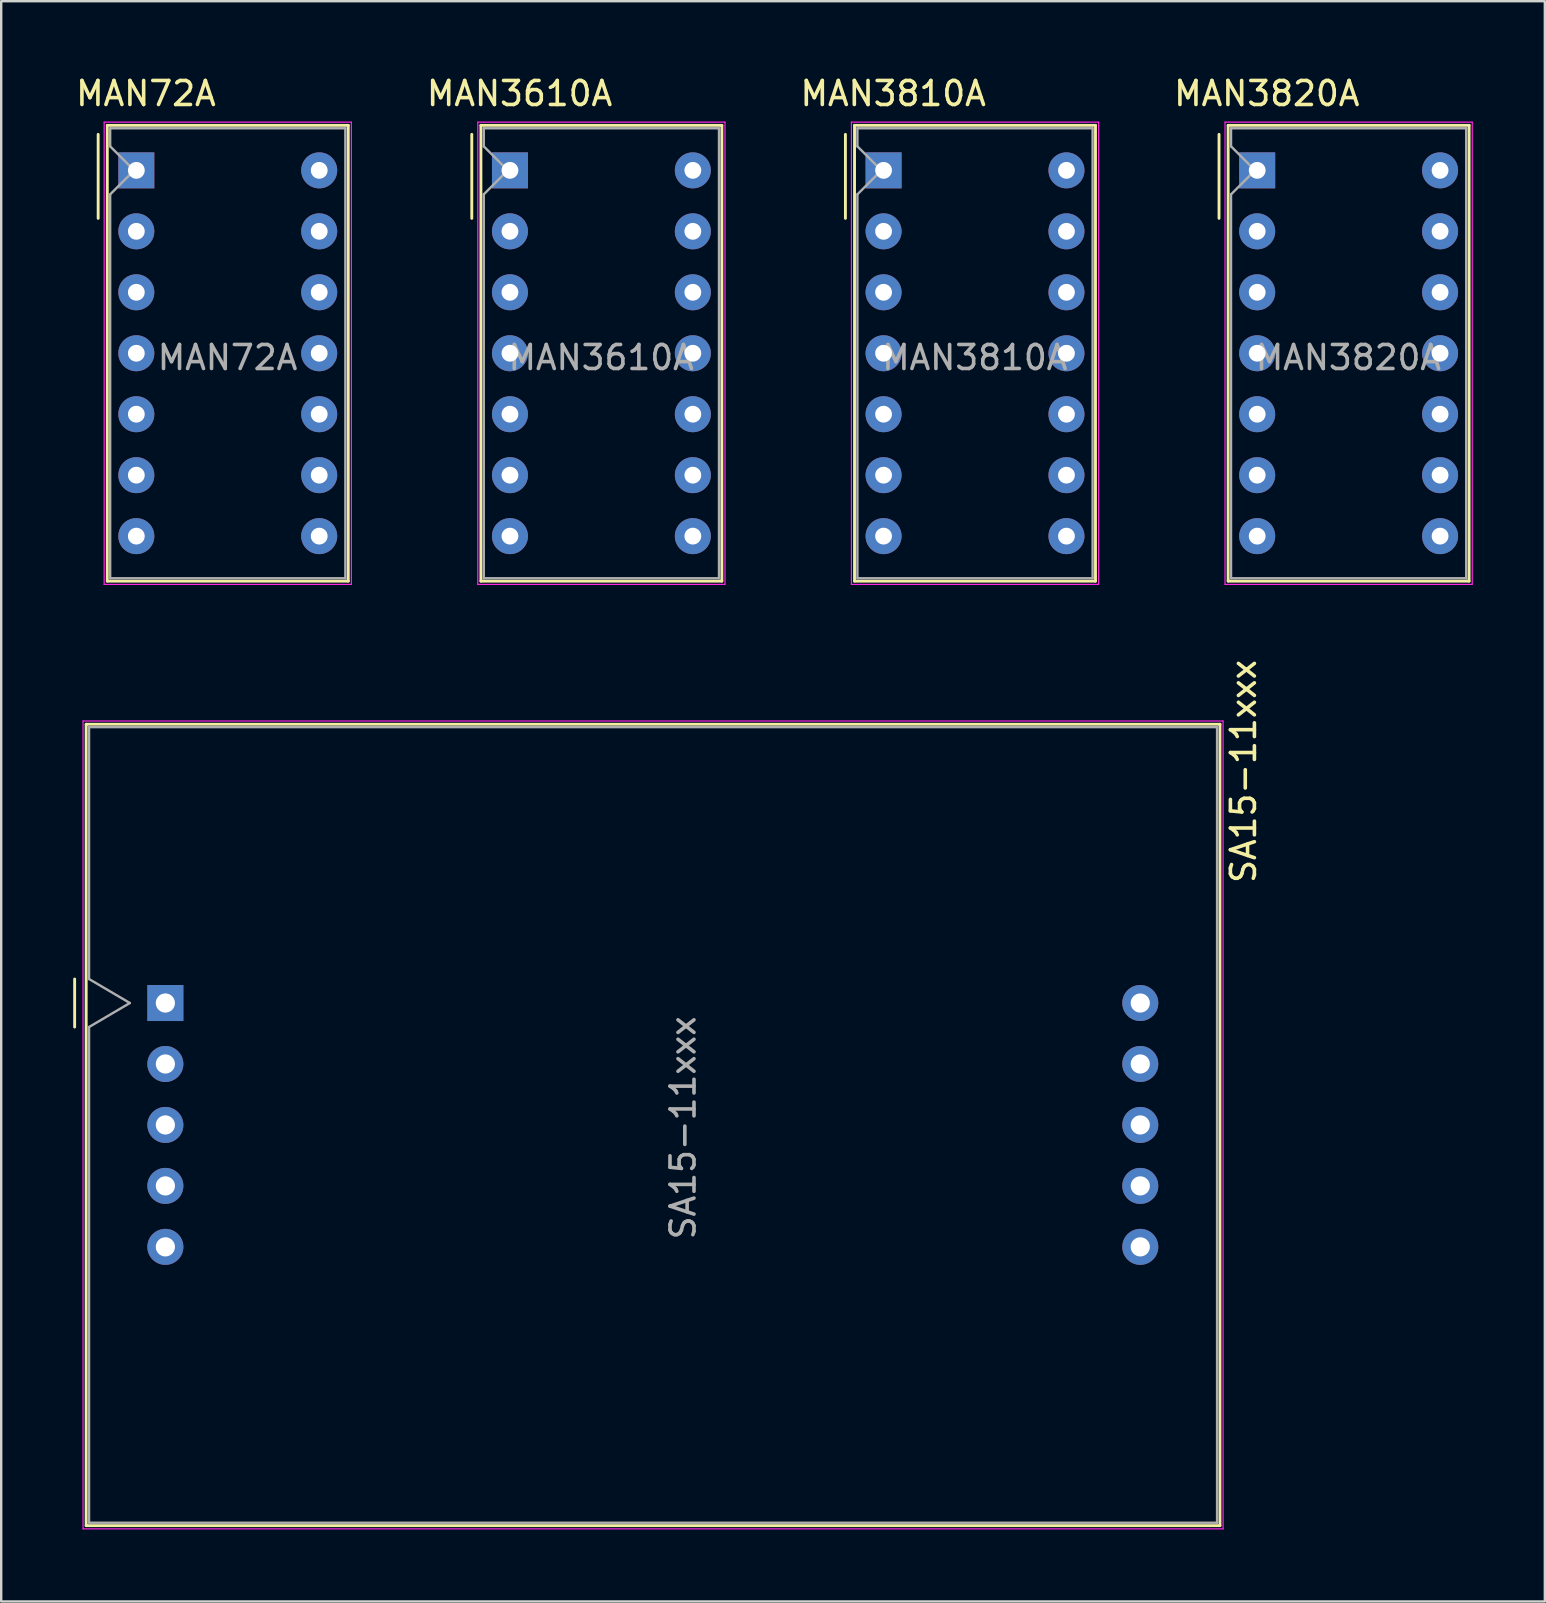
<source format=kicad_pcb>
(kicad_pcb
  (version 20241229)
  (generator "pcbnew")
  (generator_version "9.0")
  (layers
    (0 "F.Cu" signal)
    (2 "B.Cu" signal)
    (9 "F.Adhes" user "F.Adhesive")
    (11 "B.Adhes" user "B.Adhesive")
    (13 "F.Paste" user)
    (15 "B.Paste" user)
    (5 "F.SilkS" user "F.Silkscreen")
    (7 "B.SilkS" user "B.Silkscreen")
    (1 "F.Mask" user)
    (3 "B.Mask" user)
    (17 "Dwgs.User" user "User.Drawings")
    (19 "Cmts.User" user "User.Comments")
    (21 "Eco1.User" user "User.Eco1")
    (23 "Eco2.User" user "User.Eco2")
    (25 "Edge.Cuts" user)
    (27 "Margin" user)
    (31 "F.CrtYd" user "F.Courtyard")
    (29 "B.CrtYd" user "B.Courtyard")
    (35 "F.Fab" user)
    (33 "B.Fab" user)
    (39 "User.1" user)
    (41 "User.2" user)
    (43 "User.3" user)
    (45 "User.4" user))
  (footprint "MAN3810A"
    (layer "F.Cu")
    (at 33.764 4.048)
    (property "Reference" "MAN3810A" (at 0.4 -3.2 0) (layer "F.SilkS") (effects (font (size 1 1) (thickness 0.15))))
    (attr through_hole)
    (fp_line (start -1.59 -1.5) (end -1.59 2) (stroke (width 0.12) (type solid)) (layer "F.SilkS"))
    (fp_line (start -1.21 -1.875) (end 8.83 -1.875) (stroke (width 0.12) (type solid)) (layer "F.SilkS"))
    (fp_line (start -1.21 17.115) (end -1.21 -1.875) (stroke (width 0.12) (type solid)) (layer "F.SilkS"))
    (fp_line (start 8.83 -1.875) (end 8.83 17.115) (stroke (width 0.12) (type solid)) (layer "F.SilkS"))
    (fp_line (start 8.83 17.115) (end -1.21 17.115) (stroke (width 0.12) (type solid)) (layer "F.SilkS"))
    (fp_line (start -1.34 -2.01) (end 8.96 -2.01) (stroke (width 0.05) (type solid)) (layer "F.CrtYd"))
    (fp_line (start -1.34 17.25) (end -1.34 -2.01) (stroke (width 0.05) (type solid)) (layer "F.CrtYd"))
    (fp_line (start 8.96 -2.01) (end 8.96 17.25) (stroke (width 0.05) (type solid)) (layer "F.CrtYd"))
    (fp_line (start 8.96 17.25) (end -1.34 17.25) (stroke (width 0.05) (type solid)) (layer "F.CrtYd"))
    (fp_line (start -1.09 -1.755) (end 8.71 -1.755) (stroke (width 0.1) (type solid)) (layer "F.Fab"))
    (fp_line (start -1.09 -1) (end -1.09 -1.755) (stroke (width 0.1) (type solid)) (layer "F.Fab"))
    (fp_line (start -1.09 1) (end -0.09 0) (stroke (width 0.1) (type solid)) (layer "F.Fab"))
    (fp_line (start -1.09 16.995) (end -1.09 1) (stroke (width 0.1) (type solid)) (layer "F.Fab"))
    (fp_line (start -0.09 0) (end -1.09 -1) (stroke (width 0.1) (type solid)) (layer "F.Fab"))
    (fp_line (start 8.71 -1.755) (end 8.71 16.995) (stroke (width 0.1) (type solid)) (layer "F.Fab"))
    (fp_line (start 8.71 16.995) (end -1.09 16.995) (stroke (width 0.1) (type solid)) (layer "F.Fab"))
    (fp_text user "${REFERENCE}" (at 3.8 7.8 0) (layer "F.Fab") (effects (font (size 1 1) (thickness 0.15))))
    (pad "1" thru_hole rect (at 0 0) (size 1.5 1.5) (drill 0.7) (layers "*.Cu" "*.Mask"))
    (pad "2" thru_hole circle (at 0 2.54) (size 1.5 1.5) (drill 0.7) (layers "*.Cu" "*.Mask"))
    (pad "3" thru_hole circle (at 0 5.08) (size 1.5 1.5) (drill 0.7) (layers "*.Cu" "*.Mask"))
    (pad "4" thru_hole circle (at 0 7.62) (size 1.5 1.5) (drill 0.7) (layers "*.Cu" "*.Mask"))
    (pad "5" thru_hole circle (at 0 10.16) (size 1.5 1.5) (drill 0.7) (layers "*.Cu" "*.Mask"))
    (pad "6" thru_hole circle (at 0 12.7) (size 1.5 1.5) (drill 0.7) (layers "*.Cu" "*.Mask"))
    (pad "7" thru_hole circle (at 0 15.24) (size 1.5 1.5) (drill 0.7) (layers "*.Cu" "*.Mask"))
    (pad "8" thru_hole circle (at 7.62 15.24) (size 1.5 1.5) (drill 0.7) (layers "*.Cu" "*.Mask"))
    (pad "9" thru_hole circle (at 7.62 12.7) (size 1.5 1.5) (drill 0.7) (layers "*.Cu" "*.Mask"))
    (pad "10" thru_hole circle (at 7.62 10.16) (size 1.5 1.5) (drill 0.7) (layers "*.Cu" "*.Mask"))
    (pad "11" thru_hole circle (at 7.62 7.62) (size 1.5 1.5) (drill 0.7) (layers "*.Cu" "*.Mask"))
    (pad "12" thru_hole circle (at 7.62 5.08) (size 1.5 1.5) (drill 0.7) (layers "*.Cu" "*.Mask"))
    (pad "13" thru_hole circle (at 7.62 2.54) (size 1.5 1.5) (drill 0.7) (layers "*.Cu" "*.Mask"))
    (pad "14" thru_hole circle (at 7.62 0) (size 1.5 1.5) (drill 0.7) (layers "*.Cu" "*.Mask")))
  (footprint "MAN72A"
    (layer "F.Cu")
    (at 2.63 4.048)
    (property "Reference" "MAN72A" (at 0.4 -3.2 0) (layer "F.SilkS") (effects (font (size 1 1) (thickness 0.15))))
    (attr through_hole)
    (fp_line (start -1.59 -1.5) (end -1.59 2) (stroke (width 0.12) (type solid)) (layer "F.SilkS"))
    (fp_line (start -1.21 -1.875) (end 8.83 -1.875) (stroke (width 0.12) (type solid)) (layer "F.SilkS"))
    (fp_line (start -1.21 17.115) (end -1.21 -1.875) (stroke (width 0.12) (type solid)) (layer "F.SilkS"))
    (fp_line (start 8.83 -1.875) (end 8.83 17.115) (stroke (width 0.12) (type solid)) (layer "F.SilkS"))
    (fp_line (start 8.83 17.115) (end -1.21 17.115) (stroke (width 0.12) (type solid)) (layer "F.SilkS"))
    (fp_line (start -1.34 -2.01) (end 8.96 -2.01) (stroke (width 0.05) (type solid)) (layer "F.CrtYd"))
    (fp_line (start -1.34 17.25) (end -1.34 -2.01) (stroke (width 0.05) (type solid)) (layer "F.CrtYd"))
    (fp_line (start 8.96 -2.01) (end 8.96 17.25) (stroke (width 0.05) (type solid)) (layer "F.CrtYd"))
    (fp_line (start 8.96 17.25) (end -1.34 17.25) (stroke (width 0.05) (type solid)) (layer "F.CrtYd"))
    (fp_line (start -1.09 -1.755) (end 8.71 -1.755) (stroke (width 0.1) (type solid)) (layer "F.Fab"))
    (fp_line (start -1.09 -1) (end -1.09 -1.755) (stroke (width 0.1) (type solid)) (layer "F.Fab"))
    (fp_line (start -1.09 1) (end -0.09 0) (stroke (width 0.1) (type solid)) (layer "F.Fab"))
    (fp_line (start -1.09 16.995) (end -1.09 1) (stroke (width 0.1) (type solid)) (layer "F.Fab"))
    (fp_line (start -0.09 0) (end -1.09 -1) (stroke (width 0.1) (type solid)) (layer "F.Fab"))
    (fp_line (start 8.71 -1.755) (end 8.71 16.995) (stroke (width 0.1) (type solid)) (layer "F.Fab"))
    (fp_line (start 8.71 16.995) (end -1.09 16.995) (stroke (width 0.1) (type solid)) (layer "F.Fab"))
    (fp_text user "${REFERENCE}" (at 3.8 7.8 0) (layer "F.Fab") (effects (font (size 1 1) (thickness 0.15))))
    (pad "1" thru_hole rect (at 0 0) (size 1.5 1.5) (drill 0.7) (layers "*.Cu" "*.Mask"))
    (pad "2" thru_hole circle (at 0 2.54) (size 1.5 1.5) (drill 0.7) (layers "*.Cu" "*.Mask"))
    (pad "3" thru_hole circle (at 0 5.08) (size 1.5 1.5) (drill 0.7) (layers "*.Cu" "*.Mask"))
    (pad "4" thru_hole circle (at 0 7.62) (size 1.5 1.5) (drill 0.7) (layers "*.Cu" "*.Mask"))
    (pad "5" thru_hole circle (at 0 10.16) (size 1.5 1.5) (drill 0.7) (layers "*.Cu" "*.Mask"))
    (pad "6" thru_hole circle (at 0 12.7) (size 1.5 1.5) (drill 0.7) (layers "*.Cu" "*.Mask"))
    (pad "7" thru_hole circle (at 0 15.24) (size 1.5 1.5) (drill 0.7) (layers "*.Cu" "*.Mask"))
    (pad "8" thru_hole circle (at 7.62 15.24) (size 1.5 1.5) (drill 0.7) (layers "*.Cu" "*.Mask"))
    (pad "9" thru_hole circle (at 7.62 12.7) (size 1.5 1.5) (drill 0.7) (layers "*.Cu" "*.Mask"))
    (pad "10" thru_hole circle (at 7.62 10.16) (size 1.5 1.5) (drill 0.7) (layers "*.Cu" "*.Mask"))
    (pad "11" thru_hole circle (at 7.62 7.62) (size 1.5 1.5) (drill 0.7) (layers "*.Cu" "*.Mask"))
    (pad "12" thru_hole circle (at 7.62 5.08) (size 1.5 1.5) (drill 0.7) (layers "*.Cu" "*.Mask"))
    (pad "13" thru_hole circle (at 7.62 2.54) (size 1.5 1.5) (drill 0.7) (layers "*.Cu" "*.Mask"))
    (pad "14" thru_hole circle (at 7.62 0) (size 1.5 1.5) (drill 0.7) (layers "*.Cu" "*.Mask")))
  (footprint "MAN3820A"
    (layer "F.Cu")
    (at 49.331 4.048)
    (property "Reference" "MAN3820A" (at 0.4 -3.2 0) (layer "F.SilkS") (effects (font (size 1 1) (thickness 0.15))))
    (attr through_hole)
    (fp_line (start -1.59 -1.5) (end -1.59 2) (stroke (width 0.12) (type solid)) (layer "F.SilkS"))
    (fp_line (start -1.21 -1.875) (end 8.83 -1.875) (stroke (width 0.12) (type solid)) (layer "F.SilkS"))
    (fp_line (start -1.21 17.115) (end -1.21 -1.875) (stroke (width 0.12) (type solid)) (layer "F.SilkS"))
    (fp_line (start 8.83 -1.875) (end 8.83 17.115) (stroke (width 0.12) (type solid)) (layer "F.SilkS"))
    (fp_line (start 8.83 17.115) (end -1.21 17.115) (stroke (width 0.12) (type solid)) (layer "F.SilkS"))
    (fp_line (start -1.34 -2.01) (end 8.96 -2.01) (stroke (width 0.05) (type solid)) (layer "F.CrtYd"))
    (fp_line (start -1.34 17.25) (end -1.34 -2.01) (stroke (width 0.05) (type solid)) (layer "F.CrtYd"))
    (fp_line (start 8.96 -2.01) (end 8.96 17.25) (stroke (width 0.05) (type solid)) (layer "F.CrtYd"))
    (fp_line (start 8.96 17.25) (end -1.34 17.25) (stroke (width 0.05) (type solid)) (layer "F.CrtYd"))
    (fp_line (start -1.09 -1.755) (end 8.71 -1.755) (stroke (width 0.1) (type solid)) (layer "F.Fab"))
    (fp_line (start -1.09 -1) (end -1.09 -1.755) (stroke (width 0.1) (type solid)) (layer "F.Fab"))
    (fp_line (start -1.09 1) (end -0.09 0) (stroke (width 0.1) (type solid)) (layer "F.Fab"))
    (fp_line (start -1.09 16.995) (end -1.09 1) (stroke (width 0.1) (type solid)) (layer "F.Fab"))
    (fp_line (start -0.09 0) (end -1.09 -1) (stroke (width 0.1) (type solid)) (layer "F.Fab"))
    (fp_line (start 8.71 -1.755) (end 8.71 16.995) (stroke (width 0.1) (type solid)) (layer "F.Fab"))
    (fp_line (start 8.71 16.995) (end -1.09 16.995) (stroke (width 0.1) (type solid)) (layer "F.Fab"))
    (fp_text user "${REFERENCE}" (at 3.8 7.8 0) (layer "F.Fab") (effects (font (size 1 1) (thickness 0.15))))
    (pad "1" thru_hole rect (at 0 0) (size 1.5 1.5) (drill 0.7) (layers "*.Cu" "*.Mask"))
    (pad "2" thru_hole circle (at 0 2.54) (size 1.5 1.5) (drill 0.7) (layers "*.Cu" "*.Mask"))
    (pad "3" thru_hole circle (at 0 5.08) (size 1.5 1.5) (drill 0.7) (layers "*.Cu" "*.Mask"))
    (pad "4" thru_hole circle (at 0 7.62) (size 1.5 1.5) (drill 0.7) (layers "*.Cu" "*.Mask"))
    (pad "5" thru_hole circle (at 0 10.16) (size 1.5 1.5) (drill 0.7) (layers "*.Cu" "*.Mask"))
    (pad "6" thru_hole circle (at 0 12.7) (size 1.5 1.5) (drill 0.7) (layers "*.Cu" "*.Mask"))
    (pad "7" thru_hole circle (at 0 15.24) (size 1.5 1.5) (drill 0.7) (layers "*.Cu" "*.Mask"))
    (pad "8" thru_hole circle (at 7.62 15.24) (size 1.5 1.5) (drill 0.7) (layers "*.Cu" "*.Mask"))
    (pad "9" thru_hole circle (at 7.62 12.7) (size 1.5 1.5) (drill 0.7) (layers "*.Cu" "*.Mask"))
    (pad "10" thru_hole circle (at 7.62 10.16) (size 1.5 1.5) (drill 0.7) (layers "*.Cu" "*.Mask"))
    (pad "11" thru_hole circle (at 7.62 7.62) (size 1.5 1.5) (drill 0.7) (layers "*.Cu" "*.Mask"))
    (pad "12" thru_hole circle (at 7.62 5.08) (size 1.5 1.5) (drill 0.7) (layers "*.Cu" "*.Mask"))
    (pad "13" thru_hole circle (at 7.62 2.54) (size 1.5 1.5) (drill 0.7) (layers "*.Cu" "*.Mask"))
    (pad "14" thru_hole circle (at 7.62 0) (size 1.5 1.5) (drill 0.7) (layers "*.Cu" "*.Mask")))
  (footprint "MAN3610A"
    (layer "F.Cu")
    (at 18.197 4.048)
    (property "Reference" "MAN3610A" (at 0.4 -3.2 0) (layer "F.SilkS") (effects (font (size 1 1) (thickness 0.15))))
    (attr through_hole)
    (fp_line (start -1.59 -1.5) (end -1.59 2) (stroke (width 0.12) (type solid)) (layer "F.SilkS"))
    (fp_line (start -1.21 -1.875) (end 8.83 -1.875) (stroke (width 0.12) (type solid)) (layer "F.SilkS"))
    (fp_line (start -1.21 17.115) (end -1.21 -1.875) (stroke (width 0.12) (type solid)) (layer "F.SilkS"))
    (fp_line (start 8.83 -1.875) (end 8.83 17.115) (stroke (width 0.12) (type solid)) (layer "F.SilkS"))
    (fp_line (start 8.83 17.115) (end -1.21 17.115) (stroke (width 0.12) (type solid)) (layer "F.SilkS"))
    (fp_line (start -1.34 -2.01) (end 8.96 -2.01) (stroke (width 0.05) (type solid)) (layer "F.CrtYd"))
    (fp_line (start -1.34 17.25) (end -1.34 -2.01) (stroke (width 0.05) (type solid)) (layer "F.CrtYd"))
    (fp_line (start 8.96 -2.01) (end 8.96 17.25) (stroke (width 0.05) (type solid)) (layer "F.CrtYd"))
    (fp_line (start 8.96 17.25) (end -1.34 17.25) (stroke (width 0.05) (type solid)) (layer "F.CrtYd"))
    (fp_line (start -1.09 -1.755) (end 8.71 -1.755) (stroke (width 0.1) (type solid)) (layer "F.Fab"))
    (fp_line (start -1.09 -1) (end -1.09 -1.755) (stroke (width 0.1) (type solid)) (layer "F.Fab"))
    (fp_line (start -1.09 1) (end -0.09 0) (stroke (width 0.1) (type solid)) (layer "F.Fab"))
    (fp_line (start -1.09 16.995) (end -1.09 1) (stroke (width 0.1) (type solid)) (layer "F.Fab"))
    (fp_line (start -0.09 0) (end -1.09 -1) (stroke (width 0.1) (type solid)) (layer "F.Fab"))
    (fp_line (start 8.71 -1.755) (end 8.71 16.995) (stroke (width 0.1) (type solid)) (layer "F.Fab"))
    (fp_line (start 8.71 16.995) (end -1.09 16.995) (stroke (width 0.1) (type solid)) (layer "F.Fab"))
    (fp_text user "${REFERENCE}" (at 3.8 7.8 0) (layer "F.Fab") (effects (font (size 1 1) (thickness 0.15))))
    (pad "1" thru_hole rect (at 0 0) (size 1.5 1.5) (drill 0.7) (layers "*.Cu" "*.Mask"))
    (pad "2" thru_hole circle (at 0 2.54) (size 1.5 1.5) (drill 0.7) (layers "*.Cu" "*.Mask"))
    (pad "3" thru_hole circle (at 0 5.08) (size 1.5 1.5) (drill 0.7) (layers "*.Cu" "*.Mask"))
    (pad "4" thru_hole circle (at 0 7.62) (size 1.5 1.5) (drill 0.7) (layers "*.Cu" "*.Mask"))
    (pad "5" thru_hole circle (at 0 10.16) (size 1.5 1.5) (drill 0.7) (layers "*.Cu" "*.Mask"))
    (pad "6" thru_hole circle (at 0 12.7) (size 1.5 1.5) (drill 0.7) (layers "*.Cu" "*.Mask"))
    (pad "7" thru_hole circle (at 0 15.24) (size 1.5 1.5) (drill 0.7) (layers "*.Cu" "*.Mask"))
    (pad "8" thru_hole circle (at 7.62 15.24) (size 1.5 1.5) (drill 0.7) (layers "*.Cu" "*.Mask"))
    (pad "9" thru_hole circle (at 7.62 12.7) (size 1.5 1.5) (drill 0.7) (layers "*.Cu" "*.Mask"))
    (pad "10" thru_hole circle (at 7.62 10.16) (size 1.5 1.5) (drill 0.7) (layers "*.Cu" "*.Mask"))
    (pad "11" thru_hole circle (at 7.62 7.62) (size 1.5 1.5) (drill 0.7) (layers "*.Cu" "*.Mask"))
    (pad "12" thru_hole circle (at 7.62 5.08) (size 1.5 1.5) (drill 0.7) (layers "*.Cu" "*.Mask"))
    (pad "13" thru_hole circle (at 7.62 2.54) (size 1.5 1.5) (drill 0.7) (layers "*.Cu" "*.Mask"))
    (pad "14" thru_hole circle (at 7.62 0) (size 1.5 1.5) (drill 0.7) (layers "*.Cu" "*.Mask")))
  (footprint "SA15-11xxx"
    (layer "F.Cu")
    (at 3.84 38.741)
    (property "Reference" "SA15-11xxx" (at 44.92 -9.65 270) (layer "F.SilkS") (effects (font (size 1 1) (thickness 0.15))))
    (attr through_hole)
    (fp_line (start -3.78 -1) (end -3.78 1) (stroke (width 0.12) (type solid)) (layer "F.SilkS"))
    (fp_line (start -3.3 -11.615) (end 43.94 -11.615) (stroke (width 0.12) (type solid)) (layer "F.SilkS"))
    (fp_line (start -3.3 21.775) (end -3.3 -11.615) (stroke (width 0.12) (type solid)) (layer "F.SilkS"))
    (fp_line (start 43.94 -11.615) (end 43.94 21.775) (stroke (width 0.12) (type solid)) (layer "F.SilkS"))
    (fp_line (start 43.94 21.775) (end -3.3 21.775) (stroke (width 0.12) (type solid)) (layer "F.SilkS"))
    (fp_line (start -3.43 -11.75) (end 44.07 -11.75) (stroke (width 0.05) (type solid)) (layer "F.CrtYd"))
    (fp_line (start -3.43 21.91) (end -3.43 -11.75) (stroke (width 0.05) (type solid)) (layer "F.CrtYd"))
    (fp_line (start 44.07 -11.75) (end 44.07 21.91) (stroke (width 0.05) (type solid)) (layer "F.CrtYd"))
    (fp_line (start 44.07 21.91) (end -3.43 21.91) (stroke (width 0.05) (type solid)) (layer "F.CrtYd"))
    (fp_line (start -3.18 -11.495) (end -3.18 -1) (stroke (width 0.1) (type solid)) (layer "F.Fab"))
    (fp_line (start -3.18 -1) (end -1.48 0) (stroke (width 0.1) (type solid)) (layer "F.Fab"))
    (fp_line (start -3.18 1) (end -3.18 21.655) (stroke (width 0.1) (type solid)) (layer "F.Fab"))
    (fp_line (start -3.18 21.655) (end 43.82 21.655) (stroke (width 0.1) (type solid)) (layer "F.Fab"))
    (fp_line (start -1.48 0) (end -3.18 1) (stroke (width 0.1) (type solid)) (layer "F.Fab"))
    (fp_line (start 43.82 -11.495) (end -3.18 -11.495) (stroke (width 0.1) (type solid)) (layer "F.Fab"))
    (fp_line (start 43.82 21.655) (end 43.82 -11.495) (stroke (width 0.1) (type solid)) (layer "F.Fab"))
    (fp_text user "${REFERENCE}" (at 21.57 5.2 270) (layer "F.Fab") (effects (font (size 1 1) (thickness 0.15))))
    (pad "1" thru_hole rect (at 0 0 270) (size 1.5 1.5) (drill 0.8) (layers "*.Cu" "*.Mask"))
    (pad "2" thru_hole circle (at 0 2.54 270) (size 1.5 1.5) (drill 0.8) (layers "*.Cu" "*.Mask"))
    (pad "3" thru_hole circle (at 0 5.08 270) (size 1.5 1.5) (drill 0.8) (layers "*.Cu" "*.Mask"))
    (pad "4" thru_hole circle (at 0 7.62 270) (size 1.5 1.5) (drill 0.8) (layers "*.Cu" "*.Mask"))
    (pad "5" thru_hole circle (at 0 10.16 270) (size 1.5 1.5) (drill 0.8) (layers "*.Cu" "*.Mask"))
    (pad "6" thru_hole circle (at 40.62 10.16 270) (size 1.5 1.5) (drill 0.8) (layers "*.Cu" "*.Mask"))
    (pad "7" thru_hole circle (at 40.62 7.62 270) (size 1.5 1.5) (drill 0.8) (layers "*.Cu" "*.Mask"))
    (pad "8" thru_hole circle (at 40.62 5.08 270) (size 1.5 1.5) (drill 0.8) (layers "*.Cu" "*.Mask"))
    (pad "9" thru_hole circle (at 40.62 2.54 270) (size 1.5 1.5) (drill 0.8) (layers "*.Cu" "*.Mask"))
    (pad "10" thru_hole circle (at 40.62 0 270) (size 1.5 1.5) (drill 0.8) (layers "*.Cu" "*.Mask")))
  (gr_rect
    (start -3 -3)
    (end 61.316 63.676)
    (stroke (width 0.1) (type default))
    (fill no)
    (layer "Edge.Cuts")))
</source>
